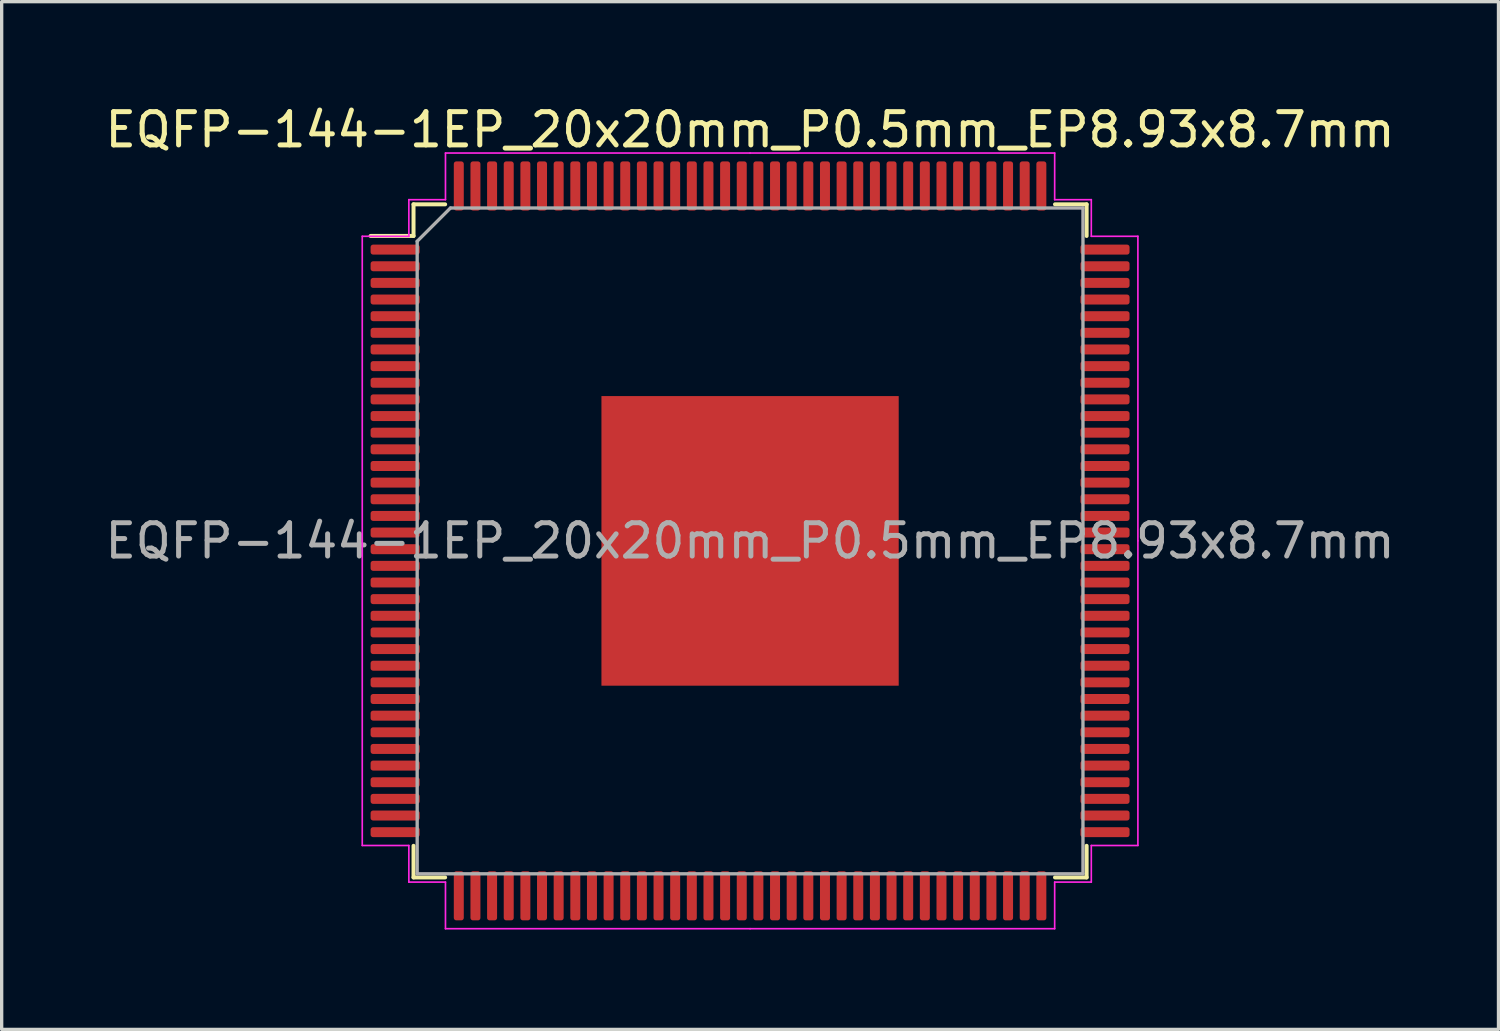
<source format=kicad_pcb>
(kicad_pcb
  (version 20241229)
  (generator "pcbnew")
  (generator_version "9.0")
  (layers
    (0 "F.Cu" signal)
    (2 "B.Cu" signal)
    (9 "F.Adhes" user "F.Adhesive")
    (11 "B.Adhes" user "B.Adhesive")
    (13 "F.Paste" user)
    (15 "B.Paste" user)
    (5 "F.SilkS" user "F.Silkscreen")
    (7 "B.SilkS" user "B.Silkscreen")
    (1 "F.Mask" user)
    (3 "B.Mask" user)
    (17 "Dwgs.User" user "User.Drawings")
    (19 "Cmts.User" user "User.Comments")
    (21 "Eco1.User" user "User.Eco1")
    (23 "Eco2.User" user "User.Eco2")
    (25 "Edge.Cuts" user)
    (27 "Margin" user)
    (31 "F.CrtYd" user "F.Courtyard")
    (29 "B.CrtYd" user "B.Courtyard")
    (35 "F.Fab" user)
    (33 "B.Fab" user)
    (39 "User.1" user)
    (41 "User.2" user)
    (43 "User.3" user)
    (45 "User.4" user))
  (footprint "EQFP-144-1EP_20x20mm_P0.5mm_EP8.93x8.7mm"
    (layer "F.Cu")
    (at 19.482 13.198)
    (property "Reference" "EQFP-144-1EP_20x20mm_P0.5mm_EP8.93x8.7mm" (at 0 -12.35 0) (layer "F.SilkS") (effects (font (size 1 1) (thickness 0.15))))
    (attr smd)
    (fp_line (start -10.11 -10.11) (end -10.11 -9.16) (stroke (width 0.12) (type solid)) (layer "F.SilkS"))
    (fp_line (start -10.11 -9.16) (end -11.4 -9.16) (stroke (width 0.12) (type solid)) (layer "F.SilkS"))
    (fp_line (start -10.11 10.11) (end -10.11 9.16) (stroke (width 0.12) (type solid)) (layer "F.SilkS"))
    (fp_line (start -9.16 -10.11) (end -10.11 -10.11) (stroke (width 0.12) (type solid)) (layer "F.SilkS"))
    (fp_line (start -9.16 10.11) (end -10.11 10.11) (stroke (width 0.12) (type solid)) (layer "F.SilkS"))
    (fp_line (start 9.16 -10.11) (end 10.11 -10.11) (stroke (width 0.12) (type solid)) (layer "F.SilkS"))
    (fp_line (start 9.16 10.11) (end 10.11 10.11) (stroke (width 0.12) (type solid)) (layer "F.SilkS"))
    (fp_line (start 10.11 -10.11) (end 10.11 -9.16) (stroke (width 0.12) (type solid)) (layer "F.SilkS"))
    (fp_line (start 10.11 10.11) (end 10.11 9.16) (stroke (width 0.12) (type solid)) (layer "F.SilkS"))
    (fp_line (start -11.65 -9.15) (end -11.65 0) (stroke (width 0.05) (type solid)) (layer "F.CrtYd"))
    (fp_line (start -11.65 9.15) (end -11.65 0) (stroke (width 0.05) (type solid)) (layer "F.CrtYd"))
    (fp_line (start -10.25 -10.25) (end -10.25 -9.15) (stroke (width 0.05) (type solid)) (layer "F.CrtYd"))
    (fp_line (start -10.25 -9.15) (end -11.65 -9.15) (stroke (width 0.05) (type solid)) (layer "F.CrtYd"))
    (fp_line (start -10.25 9.15) (end -11.65 9.15) (stroke (width 0.05) (type solid)) (layer "F.CrtYd"))
    (fp_line (start -10.25 10.25) (end -10.25 9.15) (stroke (width 0.05) (type solid)) (layer "F.CrtYd"))
    (fp_line (start -9.15 -11.65) (end -9.15 -10.25) (stroke (width 0.05) (type solid)) (layer "F.CrtYd"))
    (fp_line (start -9.15 -10.25) (end -10.25 -10.25) (stroke (width 0.05) (type solid)) (layer "F.CrtYd"))
    (fp_line (start -9.15 10.25) (end -10.25 10.25) (stroke (width 0.05) (type solid)) (layer "F.CrtYd"))
    (fp_line (start -9.15 11.65) (end -9.15 10.25) (stroke (width 0.05) (type solid)) (layer "F.CrtYd"))
    (fp_line (start 0 -11.65) (end -9.15 -11.65) (stroke (width 0.05) (type solid)) (layer "F.CrtYd"))
    (fp_line (start 0 -11.65) (end 9.15 -11.65) (stroke (width 0.05) (type solid)) (layer "F.CrtYd"))
    (fp_line (start 0 11.65) (end -9.15 11.65) (stroke (width 0.05) (type solid)) (layer "F.CrtYd"))
    (fp_line (start 0 11.65) (end 9.15 11.65) (stroke (width 0.05) (type solid)) (layer "F.CrtYd"))
    (fp_line (start 9.15 -11.65) (end 9.15 -10.25) (stroke (width 0.05) (type solid)) (layer "F.CrtYd"))
    (fp_line (start 9.15 -10.25) (end 10.25 -10.25) (stroke (width 0.05) (type solid)) (layer "F.CrtYd"))
    (fp_line (start 9.15 10.25) (end 10.25 10.25) (stroke (width 0.05) (type solid)) (layer "F.CrtYd"))
    (fp_line (start 9.15 11.65) (end 9.15 10.25) (stroke (width 0.05) (type solid)) (layer "F.CrtYd"))
    (fp_line (start 10.25 -10.25) (end 10.25 -9.15) (stroke (width 0.05) (type solid)) (layer "F.CrtYd"))
    (fp_line (start 10.25 -9.15) (end 11.65 -9.15) (stroke (width 0.05) (type solid)) (layer "F.CrtYd"))
    (fp_line (start 10.25 9.15) (end 11.65 9.15) (stroke (width 0.05) (type solid)) (layer "F.CrtYd"))
    (fp_line (start 10.25 10.25) (end 10.25 9.15) (stroke (width 0.05) (type solid)) (layer "F.CrtYd"))
    (fp_line (start 11.65 -9.15) (end 11.65 0) (stroke (width 0.05) (type solid)) (layer "F.CrtYd"))
    (fp_line (start 11.65 9.15) (end 11.65 0) (stroke (width 0.05) (type solid)) (layer "F.CrtYd"))
    (fp_line (start -10 -9) (end -9 -10) (stroke (width 0.1) (type solid)) (layer "F.Fab"))
    (fp_line (start -10 10) (end -10 -9) (stroke (width 0.1) (type solid)) (layer "F.Fab"))
    (fp_line (start -9 -10) (end 10 -10) (stroke (width 0.1) (type solid)) (layer "F.Fab"))
    (fp_line (start 10 -10) (end 10 10) (stroke (width 0.1) (type solid)) (layer "F.Fab"))
    (fp_line (start 10 10) (end -10 10) (stroke (width 0.1) (type solid)) (layer "F.Fab"))
    (fp_text user "${REFERENCE}" (at 0 0 0) (layer "F.Fab") (effects (font (size 1 1) (thickness 0.15))))
    (pad "" smd roundrect (at -3.84 -3.72) (size 1.03 1) (layers "F.Paste") (roundrect_rratio 0.25))
    (pad "" smd roundrect (at -3.84 -2.48) (size 1.03 1) (layers "F.Paste") (roundrect_rratio 0.25))
    (pad "" smd roundrect (at -3.84 -1.24) (size 1.03 1) (layers "F.Paste") (roundrect_rratio 0.25))
    (pad "" smd roundrect (at -3.84 0) (size 1.03 1) (layers "F.Paste") (roundrect_rratio 0.25))
    (pad "" smd roundrect (at -3.84 1.24) (size 1.03 1) (layers "F.Paste") (roundrect_rratio 0.25))
    (pad "" smd roundrect (at -3.84 2.48) (size 1.03 1) (layers "F.Paste") (roundrect_rratio 0.25))
    (pad "" smd roundrect (at -3.84 3.72) (size 1.03 1) (layers "F.Paste") (roundrect_rratio 0.25))
    (pad "" smd roundrect (at -2.56 -3.72) (size 1.03 1) (layers "F.Paste") (roundrect_rratio 0.25))
    (pad "" smd roundrect (at -2.56 -2.48) (size 1.03 1) (layers "F.Paste") (roundrect_rratio 0.25))
    (pad "" smd roundrect (at -2.56 -1.24) (size 1.03 1) (layers "F.Paste") (roundrect_rratio 0.25))
    (pad "" smd roundrect (at -2.56 0) (size 1.03 1) (layers "F.Paste") (roundrect_rratio 0.25))
    (pad "" smd roundrect (at -2.56 1.24) (size 1.03 1) (layers "F.Paste") (roundrect_rratio 0.25))
    (pad "" smd roundrect (at -2.56 2.48) (size 1.03 1) (layers "F.Paste") (roundrect_rratio 0.25))
    (pad "" smd roundrect (at -2.56 3.72) (size 1.03 1) (layers "F.Paste") (roundrect_rratio 0.25))
    (pad "" smd roundrect (at -1.28 -3.72) (size 1.03 1) (layers "F.Paste") (roundrect_rratio 0.25))
    (pad "" smd roundrect (at -1.28 -2.48) (size 1.03 1) (layers "F.Paste") (roundrect_rratio 0.25))
    (pad "" smd roundrect (at -1.28 -1.24) (size 1.03 1) (layers "F.Paste") (roundrect_rratio 0.25))
    (pad "" smd roundrect (at -1.28 0) (size 1.03 1) (layers "F.Paste") (roundrect_rratio 0.25))
    (pad "" smd roundrect (at -1.28 1.24) (size 1.03 1) (layers "F.Paste") (roundrect_rratio 0.25))
    (pad "" smd roundrect (at -1.28 2.48) (size 1.03 1) (layers "F.Paste") (roundrect_rratio 0.25))
    (pad "" smd roundrect (at -1.28 3.72) (size 1.03 1) (layers "F.Paste") (roundrect_rratio 0.25))
    (pad "" smd roundrect (at 0 -3.72) (size 1.03 1) (layers "F.Paste") (roundrect_rratio 0.25))
    (pad "" smd roundrect (at 0 -2.48) (size 1.03 1) (layers "F.Paste") (roundrect_rratio 0.25))
    (pad "" smd roundrect (at 0 -1.24) (size 1.03 1) (layers "F.Paste") (roundrect_rratio 0.25))
    (pad "" smd roundrect (at 0 0) (size 1.03 1) (layers "F.Paste") (roundrect_rratio 0.25))
    (pad "" smd roundrect (at 0 1.24) (size 1.03 1) (layers "F.Paste") (roundrect_rratio 0.25))
    (pad "" smd roundrect (at 0 2.48) (size 1.03 1) (layers "F.Paste") (roundrect_rratio 0.25))
    (pad "" smd roundrect (at 0 3.72) (size 1.03 1) (layers "F.Paste") (roundrect_rratio 0.25))
    (pad "" smd roundrect (at 1.28 -3.72) (size 1.03 1) (layers "F.Paste") (roundrect_rratio 0.25))
    (pad "" smd roundrect (at 1.28 -2.48) (size 1.03 1) (layers "F.Paste") (roundrect_rratio 0.25))
    (pad "" smd roundrect (at 1.28 -1.24) (size 1.03 1) (layers "F.Paste") (roundrect_rratio 0.25))
    (pad "" smd roundrect (at 1.28 0) (size 1.03 1) (layers "F.Paste") (roundrect_rratio 0.25))
    (pad "" smd roundrect (at 1.28 1.24) (size 1.03 1) (layers "F.Paste") (roundrect_rratio 0.25))
    (pad "" smd roundrect (at 1.28 2.48) (size 1.03 1) (layers "F.Paste") (roundrect_rratio 0.25))
    (pad "" smd roundrect (at 1.28 3.72) (size 1.03 1) (layers "F.Paste") (roundrect_rratio 0.25))
    (pad "" smd roundrect (at 2.56 -3.72) (size 1.03 1) (layers "F.Paste") (roundrect_rratio 0.25))
    (pad "" smd roundrect (at 2.56 -2.48) (size 1.03 1) (layers "F.Paste") (roundrect_rratio 0.25))
    (pad "" smd roundrect (at 2.56 -1.24) (size 1.03 1) (layers "F.Paste") (roundrect_rratio 0.25))
    (pad "" smd roundrect (at 2.56 0) (size 1.03 1) (layers "F.Paste") (roundrect_rratio 0.25))
    (pad "" smd roundrect (at 2.56 1.24) (size 1.03 1) (layers "F.Paste") (roundrect_rratio 0.25))
    (pad "" smd roundrect (at 2.56 2.48) (size 1.03 1) (layers "F.Paste") (roundrect_rratio 0.25))
    (pad "" smd roundrect (at 2.56 3.72) (size 1.03 1) (layers "F.Paste") (roundrect_rratio 0.25))
    (pad "" smd roundrect (at 3.84 -3.72) (size 1.03 1) (layers "F.Paste") (roundrect_rratio 0.25))
    (pad "" smd roundrect (at 3.84 -2.48) (size 1.03 1) (layers "F.Paste") (roundrect_rratio 0.25))
    (pad "" smd roundrect (at 3.84 -1.24) (size 1.03 1) (layers "F.Paste") (roundrect_rratio 0.25))
    (pad "" smd roundrect (at 3.84 0) (size 1.03 1) (layers "F.Paste") (roundrect_rratio 0.25))
    (pad "" smd roundrect (at 3.84 1.24) (size 1.03 1) (layers "F.Paste") (roundrect_rratio 0.25))
    (pad "" smd roundrect (at 3.84 2.48) (size 1.03 1) (layers "F.Paste") (roundrect_rratio 0.25))
    (pad "" smd roundrect (at 3.84 3.72) (size 1.03 1) (layers "F.Paste") (roundrect_rratio 0.25))
    (pad "1" smd roundrect (at -10.662 -8.75) (size 1.475 0.3) (layers "F.Cu" "F.Mask" "F.Paste") (roundrect_rratio 0.25))
    (pad "2" smd roundrect (at -10.662 -8.25) (size 1.475 0.3) (layers "F.Cu" "F.Mask" "F.Paste") (roundrect_rratio 0.25))
    (pad "3" smd roundrect (at -10.662 -7.75) (size 1.475 0.3) (layers "F.Cu" "F.Mask" "F.Paste") (roundrect_rratio 0.25))
    (pad "4" smd roundrect (at -10.662 -7.25) (size 1.475 0.3) (layers "F.Cu" "F.Mask" "F.Paste") (roundrect_rratio 0.25))
    (pad "5" smd roundrect (at -10.662 -6.75) (size 1.475 0.3) (layers "F.Cu" "F.Mask" "F.Paste") (roundrect_rratio 0.25))
    (pad "6" smd roundrect (at -10.662 -6.25) (size 1.475 0.3) (layers "F.Cu" "F.Mask" "F.Paste") (roundrect_rratio 0.25))
    (pad "7" smd roundrect (at -10.662 -5.75) (size 1.475 0.3) (layers "F.Cu" "F.Mask" "F.Paste") (roundrect_rratio 0.25))
    (pad "8" smd roundrect (at -10.662 -5.25) (size 1.475 0.3) (layers "F.Cu" "F.Mask" "F.Paste") (roundrect_rratio 0.25))
    (pad "9" smd roundrect (at -10.662 -4.75) (size 1.475 0.3) (layers "F.Cu" "F.Mask" "F.Paste") (roundrect_rratio 0.25))
    (pad "10" smd roundrect (at -10.662 -4.25) (size 1.475 0.3) (layers "F.Cu" "F.Mask" "F.Paste") (roundrect_rratio 0.25))
    (pad "11" smd roundrect (at -10.662 -3.75) (size 1.475 0.3) (layers "F.Cu" "F.Mask" "F.Paste") (roundrect_rratio 0.25))
    (pad "12" smd roundrect (at -10.662 -3.25) (size 1.475 0.3) (layers "F.Cu" "F.Mask" "F.Paste") (roundrect_rratio 0.25))
    (pad "13" smd roundrect (at -10.662 -2.75) (size 1.475 0.3) (layers "F.Cu" "F.Mask" "F.Paste") (roundrect_rratio 0.25))
    (pad "14" smd roundrect (at -10.662 -2.25) (size 1.475 0.3) (layers "F.Cu" "F.Mask" "F.Paste") (roundrect_rratio 0.25))
    (pad "15" smd roundrect (at -10.662 -1.75) (size 1.475 0.3) (layers "F.Cu" "F.Mask" "F.Paste") (roundrect_rratio 0.25))
    (pad "16" smd roundrect (at -10.662 -1.25) (size 1.475 0.3) (layers "F.Cu" "F.Mask" "F.Paste") (roundrect_rratio 0.25))
    (pad "17" smd roundrect (at -10.662 -0.75) (size 1.475 0.3) (layers "F.Cu" "F.Mask" "F.Paste") (roundrect_rratio 0.25))
    (pad "18" smd roundrect (at -10.662 -0.25) (size 1.475 0.3) (layers "F.Cu" "F.Mask" "F.Paste") (roundrect_rratio 0.25))
    (pad "19" smd roundrect (at -10.662 0.25) (size 1.475 0.3) (layers "F.Cu" "F.Mask" "F.Paste") (roundrect_rratio 0.25))
    (pad "20" smd roundrect (at -10.662 0.75) (size 1.475 0.3) (layers "F.Cu" "F.Mask" "F.Paste") (roundrect_rratio 0.25))
    (pad "21" smd roundrect (at -10.662 1.25) (size 1.475 0.3) (layers "F.Cu" "F.Mask" "F.Paste") (roundrect_rratio 0.25))
    (pad "22" smd roundrect (at -10.662 1.75) (size 1.475 0.3) (layers "F.Cu" "F.Mask" "F.Paste") (roundrect_rratio 0.25))
    (pad "23" smd roundrect (at -10.662 2.25) (size 1.475 0.3) (layers "F.Cu" "F.Mask" "F.Paste") (roundrect_rratio 0.25))
    (pad "24" smd roundrect (at -10.662 2.75) (size 1.475 0.3) (layers "F.Cu" "F.Mask" "F.Paste") (roundrect_rratio 0.25))
    (pad "25" smd roundrect (at -10.662 3.25) (size 1.475 0.3) (layers "F.Cu" "F.Mask" "F.Paste") (roundrect_rratio 0.25))
    (pad "26" smd roundrect (at -10.662 3.75) (size 1.475 0.3) (layers "F.Cu" "F.Mask" "F.Paste") (roundrect_rratio 0.25))
    (pad "27" smd roundrect (at -10.662 4.25) (size 1.475 0.3) (layers "F.Cu" "F.Mask" "F.Paste") (roundrect_rratio 0.25))
    (pad "28" smd roundrect (at -10.662 4.75) (size 1.475 0.3) (layers "F.Cu" "F.Mask" "F.Paste") (roundrect_rratio 0.25))
    (pad "29" smd roundrect (at -10.662 5.25) (size 1.475 0.3) (layers "F.Cu" "F.Mask" "F.Paste") (roundrect_rratio 0.25))
    (pad "30" smd roundrect (at -10.662 5.75) (size 1.475 0.3) (layers "F.Cu" "F.Mask" "F.Paste") (roundrect_rratio 0.25))
    (pad "31" smd roundrect (at -10.662 6.25) (size 1.475 0.3) (layers "F.Cu" "F.Mask" "F.Paste") (roundrect_rratio 0.25))
    (pad "32" smd roundrect (at -10.662 6.75) (size 1.475 0.3) (layers "F.Cu" "F.Mask" "F.Paste") (roundrect_rratio 0.25))
    (pad "33" smd roundrect (at -10.662 7.25) (size 1.475 0.3) (layers "F.Cu" "F.Mask" "F.Paste") (roundrect_rratio 0.25))
    (pad "34" smd roundrect (at -10.662 7.75) (size 1.475 0.3) (layers "F.Cu" "F.Mask" "F.Paste") (roundrect_rratio 0.25))
    (pad "35" smd roundrect (at -10.662 8.25) (size 1.475 0.3) (layers "F.Cu" "F.Mask" "F.Paste") (roundrect_rratio 0.25))
    (pad "36" smd roundrect (at -10.662 8.75) (size 1.475 0.3) (layers "F.Cu" "F.Mask" "F.Paste") (roundrect_rratio 0.25))
    (pad "37" smd roundrect (at -8.75 10.662) (size 0.3 1.475) (layers "F.Cu" "F.Mask" "F.Paste") (roundrect_rratio 0.25))
    (pad "38" smd roundrect (at -8.25 10.662) (size 0.3 1.475) (layers "F.Cu" "F.Mask" "F.Paste") (roundrect_rratio 0.25))
    (pad "39" smd roundrect (at -7.75 10.662) (size 0.3 1.475) (layers "F.Cu" "F.Mask" "F.Paste") (roundrect_rratio 0.25))
    (pad "40" smd roundrect (at -7.25 10.662) (size 0.3 1.475) (layers "F.Cu" "F.Mask" "F.Paste") (roundrect_rratio 0.25))
    (pad "41" smd roundrect (at -6.75 10.662) (size 0.3 1.475) (layers "F.Cu" "F.Mask" "F.Paste") (roundrect_rratio 0.25))
    (pad "42" smd roundrect (at -6.25 10.662) (size 0.3 1.475) (layers "F.Cu" "F.Mask" "F.Paste") (roundrect_rratio 0.25))
    (pad "43" smd roundrect (at -5.75 10.662) (size 0.3 1.475) (layers "F.Cu" "F.Mask" "F.Paste") (roundrect_rratio 0.25))
    (pad "44" smd roundrect (at -5.25 10.662) (size 0.3 1.475) (layers "F.Cu" "F.Mask" "F.Paste") (roundrect_rratio 0.25))
    (pad "45" smd roundrect (at -4.75 10.662) (size 0.3 1.475) (layers "F.Cu" "F.Mask" "F.Paste") (roundrect_rratio 0.25))
    (pad "46" smd roundrect (at -4.25 10.662) (size 0.3 1.475) (layers "F.Cu" "F.Mask" "F.Paste") (roundrect_rratio 0.25))
    (pad "47" smd roundrect (at -3.75 10.662) (size 0.3 1.475) (layers "F.Cu" "F.Mask" "F.Paste") (roundrect_rratio 0.25))
    (pad "48" smd roundrect (at -3.25 10.662) (size 0.3 1.475) (layers "F.Cu" "F.Mask" "F.Paste") (roundrect_rratio 0.25))
    (pad "49" smd roundrect (at -2.75 10.662) (size 0.3 1.475) (layers "F.Cu" "F.Mask" "F.Paste") (roundrect_rratio 0.25))
    (pad "50" smd roundrect (at -2.25 10.662) (size 0.3 1.475) (layers "F.Cu" "F.Mask" "F.Paste") (roundrect_rratio 0.25))
    (pad "51" smd roundrect (at -1.75 10.662) (size 0.3 1.475) (layers "F.Cu" "F.Mask" "F.Paste") (roundrect_rratio 0.25))
    (pad "52" smd roundrect (at -1.25 10.662) (size 0.3 1.475) (layers "F.Cu" "F.Mask" "F.Paste") (roundrect_rratio 0.25))
    (pad "53" smd roundrect (at -0.75 10.662) (size 0.3 1.475) (layers "F.Cu" "F.Mask" "F.Paste") (roundrect_rratio 0.25))
    (pad "54" smd roundrect (at -0.25 10.662) (size 0.3 1.475) (layers "F.Cu" "F.Mask" "F.Paste") (roundrect_rratio 0.25))
    (pad "55" smd roundrect (at 0.25 10.662) (size 0.3 1.475) (layers "F.Cu" "F.Mask" "F.Paste") (roundrect_rratio 0.25))
    (pad "56" smd roundrect (at 0.75 10.662) (size 0.3 1.475) (layers "F.Cu" "F.Mask" "F.Paste") (roundrect_rratio 0.25))
    (pad "57" smd roundrect (at 1.25 10.662) (size 0.3 1.475) (layers "F.Cu" "F.Mask" "F.Paste") (roundrect_rratio 0.25))
    (pad "58" smd roundrect (at 1.75 10.662) (size 0.3 1.475) (layers "F.Cu" "F.Mask" "F.Paste") (roundrect_rratio 0.25))
    (pad "59" smd roundrect (at 2.25 10.662) (size 0.3 1.475) (layers "F.Cu" "F.Mask" "F.Paste") (roundrect_rratio 0.25))
    (pad "60" smd roundrect (at 2.75 10.662) (size 0.3 1.475) (layers "F.Cu" "F.Mask" "F.Paste") (roundrect_rratio 0.25))
    (pad "61" smd roundrect (at 3.25 10.662) (size 0.3 1.475) (layers "F.Cu" "F.Mask" "F.Paste") (roundrect_rratio 0.25))
    (pad "62" smd roundrect (at 3.75 10.662) (size 0.3 1.475) (layers "F.Cu" "F.Mask" "F.Paste") (roundrect_rratio 0.25))
    (pad "63" smd roundrect (at 4.25 10.662) (size 0.3 1.475) (layers "F.Cu" "F.Mask" "F.Paste") (roundrect_rratio 0.25))
    (pad "64" smd roundrect (at 4.75 10.662) (size 0.3 1.475) (layers "F.Cu" "F.Mask" "F.Paste") (roundrect_rratio 0.25))
    (pad "65" smd roundrect (at 5.25 10.662) (size 0.3 1.475) (layers "F.Cu" "F.Mask" "F.Paste") (roundrect_rratio 0.25))
    (pad "66" smd roundrect (at 5.75 10.662) (size 0.3 1.475) (layers "F.Cu" "F.Mask" "F.Paste") (roundrect_rratio 0.25))
    (pad "67" smd roundrect (at 6.25 10.662) (size 0.3 1.475) (layers "F.Cu" "F.Mask" "F.Paste") (roundrect_rratio 0.25))
    (pad "68" smd roundrect (at 6.75 10.662) (size 0.3 1.475) (layers "F.Cu" "F.Mask" "F.Paste") (roundrect_rratio 0.25))
    (pad "69" smd roundrect (at 7.25 10.662) (size 0.3 1.475) (layers "F.Cu" "F.Mask" "F.Paste") (roundrect_rratio 0.25))
    (pad "70" smd roundrect (at 7.75 10.662) (size 0.3 1.475) (layers "F.Cu" "F.Mask" "F.Paste") (roundrect_rratio 0.25))
    (pad "71" smd roundrect (at 8.25 10.662) (size 0.3 1.475) (layers "F.Cu" "F.Mask" "F.Paste") (roundrect_rratio 0.25))
    (pad "72" smd roundrect (at 8.75 10.662) (size 0.3 1.475) (layers "F.Cu" "F.Mask" "F.Paste") (roundrect_rratio 0.25))
    (pad "73" smd roundrect (at 10.662 8.75) (size 1.475 0.3) (layers "F.Cu" "F.Mask" "F.Paste") (roundrect_rratio 0.25))
    (pad "74" smd roundrect (at 10.662 8.25) (size 1.475 0.3) (layers "F.Cu" "F.Mask" "F.Paste") (roundrect_rratio 0.25))
    (pad "75" smd roundrect (at 10.662 7.75) (size 1.475 0.3) (layers "F.Cu" "F.Mask" "F.Paste") (roundrect_rratio 0.25))
    (pad "76" smd roundrect (at 10.662 7.25) (size 1.475 0.3) (layers "F.Cu" "F.Mask" "F.Paste") (roundrect_rratio 0.25))
    (pad "77" smd roundrect (at 10.662 6.75) (size 1.475 0.3) (layers "F.Cu" "F.Mask" "F.Paste") (roundrect_rratio 0.25))
    (pad "78" smd roundrect (at 10.662 6.25) (size 1.475 0.3) (layers "F.Cu" "F.Mask" "F.Paste") (roundrect_rratio 0.25))
    (pad "79" smd roundrect (at 10.662 5.75) (size 1.475 0.3) (layers "F.Cu" "F.Mask" "F.Paste") (roundrect_rratio 0.25))
    (pad "80" smd roundrect (at 10.662 5.25) (size 1.475 0.3) (layers "F.Cu" "F.Mask" "F.Paste") (roundrect_rratio 0.25))
    (pad "81" smd roundrect (at 10.662 4.75) (size 1.475 0.3) (layers "F.Cu" "F.Mask" "F.Paste") (roundrect_rratio 0.25))
    (pad "82" smd roundrect (at 10.662 4.25) (size 1.475 0.3) (layers "F.Cu" "F.Mask" "F.Paste") (roundrect_rratio 0.25))
    (pad "83" smd roundrect (at 10.662 3.75) (size 1.475 0.3) (layers "F.Cu" "F.Mask" "F.Paste") (roundrect_rratio 0.25))
    (pad "84" smd roundrect (at 10.662 3.25) (size 1.475 0.3) (layers "F.Cu" "F.Mask" "F.Paste") (roundrect_rratio 0.25))
    (pad "85" smd roundrect (at 10.662 2.75) (size 1.475 0.3) (layers "F.Cu" "F.Mask" "F.Paste") (roundrect_rratio 0.25))
    (pad "86" smd roundrect (at 10.662 2.25) (size 1.475 0.3) (layers "F.Cu" "F.Mask" "F.Paste") (roundrect_rratio 0.25))
    (pad "87" smd roundrect (at 10.662 1.75) (size 1.475 0.3) (layers "F.Cu" "F.Mask" "F.Paste") (roundrect_rratio 0.25))
    (pad "88" smd roundrect (at 10.662 1.25) (size 1.475 0.3) (layers "F.Cu" "F.Mask" "F.Paste") (roundrect_rratio 0.25))
    (pad "89" smd roundrect (at 10.662 0.75) (size 1.475 0.3) (layers "F.Cu" "F.Mask" "F.Paste") (roundrect_rratio 0.25))
    (pad "90" smd roundrect (at 10.662 0.25) (size 1.475 0.3) (layers "F.Cu" "F.Mask" "F.Paste") (roundrect_rratio 0.25))
    (pad "91" smd roundrect (at 10.662 -0.25) (size 1.475 0.3) (layers "F.Cu" "F.Mask" "F.Paste") (roundrect_rratio 0.25))
    (pad "92" smd roundrect (at 10.662 -0.75) (size 1.475 0.3) (layers "F.Cu" "F.Mask" "F.Paste") (roundrect_rratio 0.25))
    (pad "93" smd roundrect (at 10.662 -1.25) (size 1.475 0.3) (layers "F.Cu" "F.Mask" "F.Paste") (roundrect_rratio 0.25))
    (pad "94" smd roundrect (at 10.662 -1.75) (size 1.475 0.3) (layers "F.Cu" "F.Mask" "F.Paste") (roundrect_rratio 0.25))
    (pad "95" smd roundrect (at 10.662 -2.25) (size 1.475 0.3) (layers "F.Cu" "F.Mask" "F.Paste") (roundrect_rratio 0.25))
    (pad "96" smd roundrect (at 10.662 -2.75) (size 1.475 0.3) (layers "F.Cu" "F.Mask" "F.Paste") (roundrect_rratio 0.25))
    (pad "97" smd roundrect (at 10.662 -3.25) (size 1.475 0.3) (layers "F.Cu" "F.Mask" "F.Paste") (roundrect_rratio 0.25))
    (pad "98" smd roundrect (at 10.662 -3.75) (size 1.475 0.3) (layers "F.Cu" "F.Mask" "F.Paste") (roundrect_rratio 0.25))
    (pad "99" smd roundrect (at 10.662 -4.25) (size 1.475 0.3) (layers "F.Cu" "F.Mask" "F.Paste") (roundrect_rratio 0.25))
    (pad "100" smd roundrect (at 10.662 -4.75) (size 1.475 0.3) (layers "F.Cu" "F.Mask" "F.Paste") (roundrect_rratio 0.25))
    (pad "101" smd roundrect (at 10.662 -5.25) (size 1.475 0.3) (layers "F.Cu" "F.Mask" "F.Paste") (roundrect_rratio 0.25))
    (pad "102" smd roundrect (at 10.662 -5.75) (size 1.475 0.3) (layers "F.Cu" "F.Mask" "F.Paste") (roundrect_rratio 0.25))
    (pad "103" smd roundrect (at 10.662 -6.25) (size 1.475 0.3) (layers "F.Cu" "F.Mask" "F.Paste") (roundrect_rratio 0.25))
    (pad "104" smd roundrect (at 10.662 -6.75) (size 1.475 0.3) (layers "F.Cu" "F.Mask" "F.Paste") (roundrect_rratio 0.25))
    (pad "105" smd roundrect (at 10.662 -7.25) (size 1.475 0.3) (layers "F.Cu" "F.Mask" "F.Paste") (roundrect_rratio 0.25))
    (pad "106" smd roundrect (at 10.662 -7.75) (size 1.475 0.3) (layers "F.Cu" "F.Mask" "F.Paste") (roundrect_rratio 0.25))
    (pad "107" smd roundrect (at 10.662 -8.25) (size 1.475 0.3) (layers "F.Cu" "F.Mask" "F.Paste") (roundrect_rratio 0.25))
    (pad "108" smd roundrect (at 10.662 -8.75) (size 1.475 0.3) (layers "F.Cu" "F.Mask" "F.Paste") (roundrect_rratio 0.25))
    (pad "109" smd roundrect (at 8.75 -10.662) (size 0.3 1.475) (layers "F.Cu" "F.Mask" "F.Paste") (roundrect_rratio 0.25))
    (pad "110" smd roundrect (at 8.25 -10.662) (size 0.3 1.475) (layers "F.Cu" "F.Mask" "F.Paste") (roundrect_rratio 0.25))
    (pad "111" smd roundrect (at 7.75 -10.662) (size 0.3 1.475) (layers "F.Cu" "F.Mask" "F.Paste") (roundrect_rratio 0.25))
    (pad "112" smd roundrect (at 7.25 -10.662) (size 0.3 1.475) (layers "F.Cu" "F.Mask" "F.Paste") (roundrect_rratio 0.25))
    (pad "113" smd roundrect (at 6.75 -10.662) (size 0.3 1.475) (layers "F.Cu" "F.Mask" "F.Paste") (roundrect_rratio 0.25))
    (pad "114" smd roundrect (at 6.25 -10.662) (size 0.3 1.475) (layers "F.Cu" "F.Mask" "F.Paste") (roundrect_rratio 0.25))
    (pad "115" smd roundrect (at 5.75 -10.662) (size 0.3 1.475) (layers "F.Cu" "F.Mask" "F.Paste") (roundrect_rratio 0.25))
    (pad "116" smd roundrect (at 5.25 -10.662) (size 0.3 1.475) (layers "F.Cu" "F.Mask" "F.Paste") (roundrect_rratio 0.25))
    (pad "117" smd roundrect (at 4.75 -10.662) (size 0.3 1.475) (layers "F.Cu" "F.Mask" "F.Paste") (roundrect_rratio 0.25))
    (pad "118" smd roundrect (at 4.25 -10.662) (size 0.3 1.475) (layers "F.Cu" "F.Mask" "F.Paste") (roundrect_rratio 0.25))
    (pad "119" smd roundrect (at 3.75 -10.662) (size 0.3 1.475) (layers "F.Cu" "F.Mask" "F.Paste") (roundrect_rratio 0.25))
    (pad "120" smd roundrect (at 3.25 -10.662) (size 0.3 1.475) (layers "F.Cu" "F.Mask" "F.Paste") (roundrect_rratio 0.25))
    (pad "121" smd roundrect (at 2.75 -10.662) (size 0.3 1.475) (layers "F.Cu" "F.Mask" "F.Paste") (roundrect_rratio 0.25))
    (pad "122" smd roundrect (at 2.25 -10.662) (size 0.3 1.475) (layers "F.Cu" "F.Mask" "F.Paste") (roundrect_rratio 0.25))
    (pad "123" smd roundrect (at 1.75 -10.662) (size 0.3 1.475) (layers "F.Cu" "F.Mask" "F.Paste") (roundrect_rratio 0.25))
    (pad "124" smd roundrect (at 1.25 -10.662) (size 0.3 1.475) (layers "F.Cu" "F.Mask" "F.Paste") (roundrect_rratio 0.25))
    (pad "125" smd roundrect (at 0.75 -10.662) (size 0.3 1.475) (layers "F.Cu" "F.Mask" "F.Paste") (roundrect_rratio 0.25))
    (pad "126" smd roundrect (at 0.25 -10.662) (size 0.3 1.475) (layers "F.Cu" "F.Mask" "F.Paste") (roundrect_rratio 0.25))
    (pad "127" smd roundrect (at -0.25 -10.662) (size 0.3 1.475) (layers "F.Cu" "F.Mask" "F.Paste") (roundrect_rratio 0.25))
    (pad "128" smd roundrect (at -0.75 -10.662) (size 0.3 1.475) (layers "F.Cu" "F.Mask" "F.Paste") (roundrect_rratio 0.25))
    (pad "129" smd roundrect (at -1.25 -10.662) (size 0.3 1.475) (layers "F.Cu" "F.Mask" "F.Paste") (roundrect_rratio 0.25))
    (pad "130" smd roundrect (at -1.75 -10.662) (size 0.3 1.475) (layers "F.Cu" "F.Mask" "F.Paste") (roundrect_rratio 0.25))
    (pad "131" smd roundrect (at -2.25 -10.662) (size 0.3 1.475) (layers "F.Cu" "F.Mask" "F.Paste") (roundrect_rratio 0.25))
    (pad "132" smd roundrect (at -2.75 -10.662) (size 0.3 1.475) (layers "F.Cu" "F.Mask" "F.Paste") (roundrect_rratio 0.25))
    (pad "133" smd roundrect (at -3.25 -10.662) (size 0.3 1.475) (layers "F.Cu" "F.Mask" "F.Paste") (roundrect_rratio 0.25))
    (pad "134" smd roundrect (at -3.75 -10.662) (size 0.3 1.475) (layers "F.Cu" "F.Mask" "F.Paste") (roundrect_rratio 0.25))
    (pad "135" smd roundrect (at -4.25 -10.662) (size 0.3 1.475) (layers "F.Cu" "F.Mask" "F.Paste") (roundrect_rratio 0.25))
    (pad "136" smd roundrect (at -4.75 -10.662) (size 0.3 1.475) (layers "F.Cu" "F.Mask" "F.Paste") (roundrect_rratio 0.25))
    (pad "137" smd roundrect (at -5.25 -10.662) (size 0.3 1.475) (layers "F.Cu" "F.Mask" "F.Paste") (roundrect_rratio 0.25))
    (pad "138" smd roundrect (at -5.75 -10.662) (size 0.3 1.475) (layers "F.Cu" "F.Mask" "F.Paste") (roundrect_rratio 0.25))
    (pad "139" smd roundrect (at -6.25 -10.662) (size 0.3 1.475) (layers "F.Cu" "F.Mask" "F.Paste") (roundrect_rratio 0.25))
    (pad "140" smd roundrect (at -6.75 -10.662) (size 0.3 1.475) (layers "F.Cu" "F.Mask" "F.Paste") (roundrect_rratio 0.25))
    (pad "141" smd roundrect (at -7.25 -10.662) (size 0.3 1.475) (layers "F.Cu" "F.Mask" "F.Paste") (roundrect_rratio 0.25))
    (pad "142" smd roundrect (at -7.75 -10.662) (size 0.3 1.475) (layers "F.Cu" "F.Mask" "F.Paste") (roundrect_rratio 0.25))
    (pad "143" smd roundrect (at -8.25 -10.662) (size 0.3 1.475) (layers "F.Cu" "F.Mask" "F.Paste") (roundrect_rratio 0.25))
    (pad "144" smd roundrect (at -8.75 -10.662) (size 0.3 1.475) (layers "F.Cu" "F.Mask" "F.Paste") (roundrect_rratio 0.25))
    (pad "145" smd rect (at 0 0) (size 8.93 8.7) (layers "F.Cu" "F.Mask")))
  (gr_rect
    (start -3 -3)
    (end 41.964 27.873)
    (stroke (width 0.1) (type default))
    (fill no)
    (layer "Edge.Cuts")))
</source>
